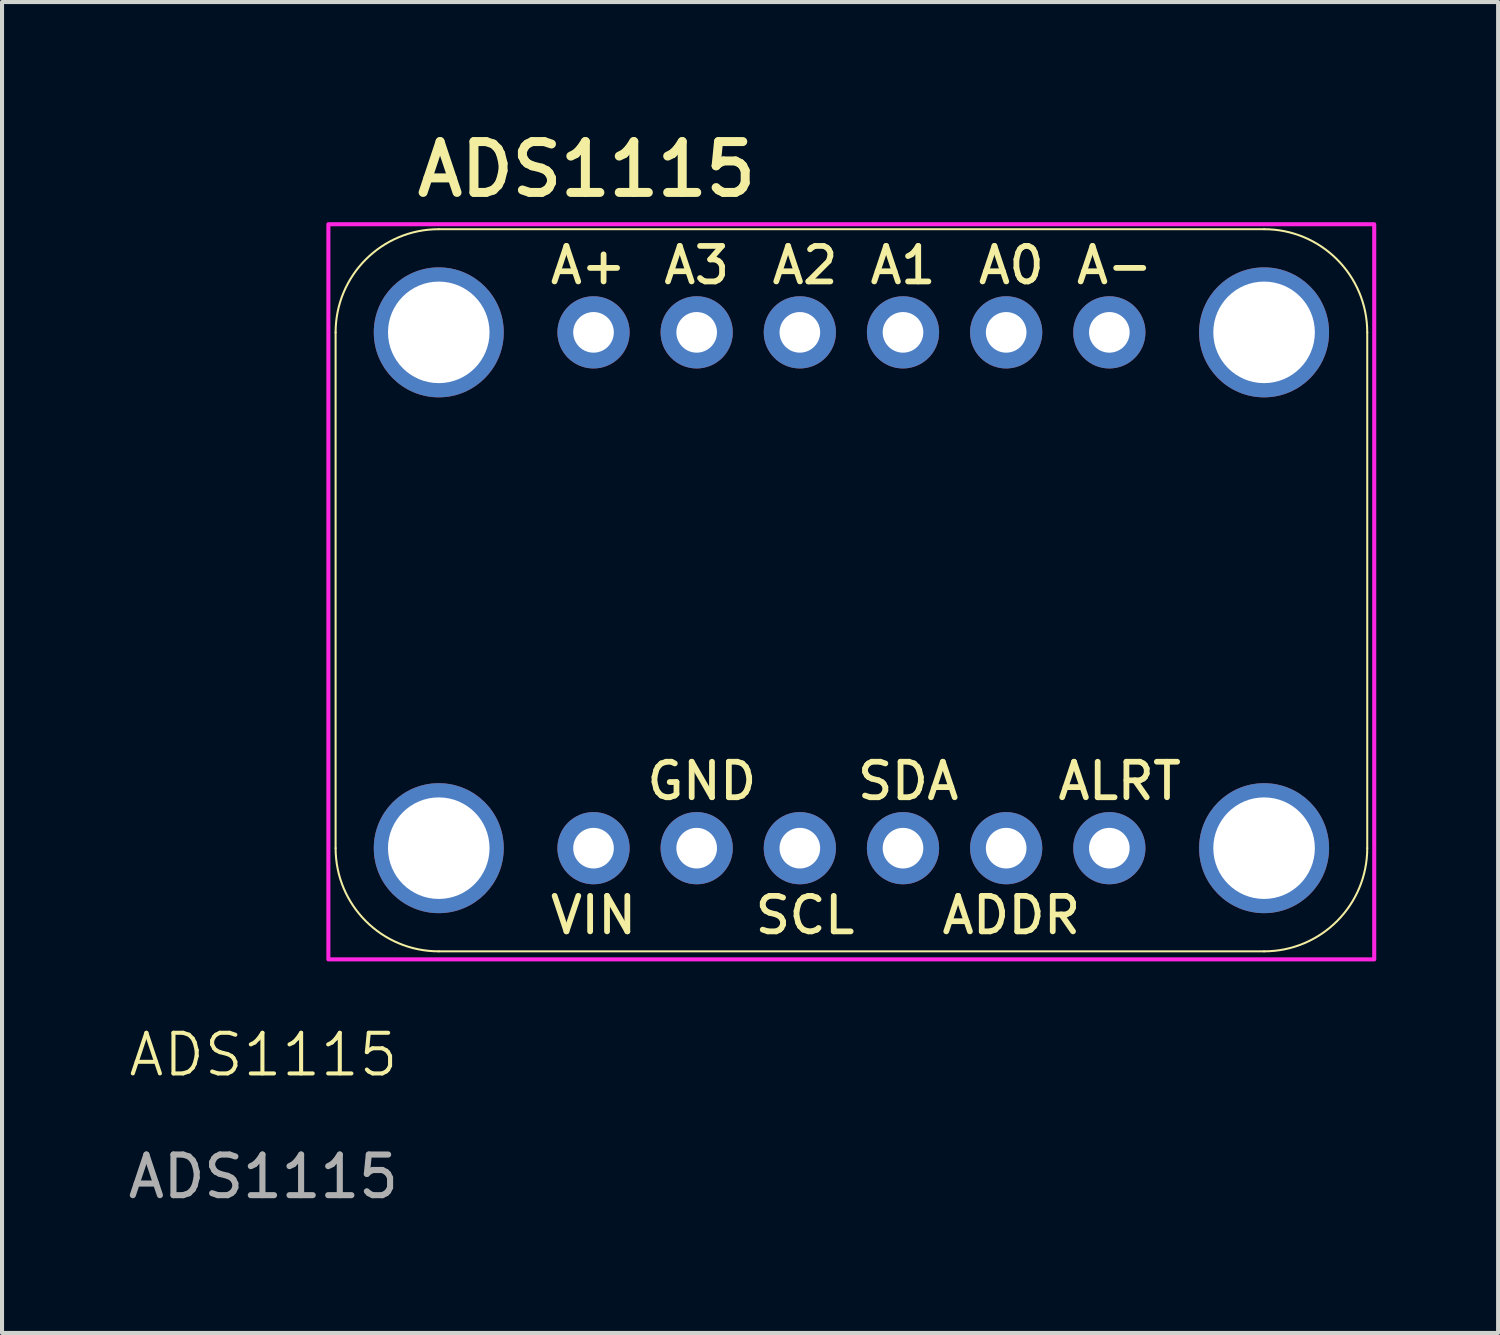
<source format=kicad_pcb>
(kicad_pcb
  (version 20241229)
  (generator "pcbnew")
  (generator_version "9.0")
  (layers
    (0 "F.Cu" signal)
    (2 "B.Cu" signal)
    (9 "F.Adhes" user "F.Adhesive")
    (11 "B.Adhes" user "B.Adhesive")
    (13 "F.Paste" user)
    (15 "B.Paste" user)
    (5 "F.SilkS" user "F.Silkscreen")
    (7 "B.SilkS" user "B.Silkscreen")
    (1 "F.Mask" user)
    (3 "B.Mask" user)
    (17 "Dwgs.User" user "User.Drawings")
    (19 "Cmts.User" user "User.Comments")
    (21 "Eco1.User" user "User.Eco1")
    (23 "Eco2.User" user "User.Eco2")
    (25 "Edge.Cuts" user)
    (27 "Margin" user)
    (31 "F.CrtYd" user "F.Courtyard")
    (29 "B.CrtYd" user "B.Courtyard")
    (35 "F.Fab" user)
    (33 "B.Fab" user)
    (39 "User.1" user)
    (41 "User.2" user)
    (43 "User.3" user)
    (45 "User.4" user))
  (footprint "ADS1115"
    (layer "F.Cu")
    (at 3.435 23.421)
    (property "Reference" "ADS1115" (at 0 -0.5 0) (unlocked yes) (layer "F.SilkS") (effects (font (size 1 1) (thickness 0.1))))
    (attr through_hole)
    (fp_line (start 1.778 -18.288) (end 1.778 -5.588) (stroke (width 0.05) (type solid)) (layer "F.SilkS"))
    (fp_line (start 4.318 -3.048) (end 24.638 -3.048) (stroke (width 0.05) (type solid)) (layer "F.SilkS"))
    (fp_line (start 24.638 -20.828) (end 4.318 -20.828) (stroke (width 0.05) (type solid)) (layer "F.SilkS"))
    (fp_line (start 27.178 -5.588) (end 27.178 -18.288) (stroke (width 0.05) (type solid)) (layer "F.SilkS"))
    (fp_arc (start 1.778 -18.288) (mid 2.521949 -20.084051) (end 4.318 -20.828) (stroke (width 0.05) (type solid)) (layer "F.SilkS"))
    (fp_arc (start 4.318 -3.048) (mid 2.521949 -3.791949) (end 1.778 -5.588) (stroke (width 0.05) (type solid)) (layer "F.SilkS"))
    (fp_arc (start 24.638 -20.828) (mid 26.434051 -20.084051) (end 27.178 -18.288) (stroke (width 0.05) (type solid)) (layer "F.SilkS"))
    (fp_arc (start 27.178 -5.588) (mid 26.434051 -3.791949) (end 24.638 -3.048) (stroke (width 0.05) (type solid)) (layer "F.SilkS"))
    (fp_rect (start 1.6 -20.95) (end 27.35 -2.85) (stroke (width 0.1) (type default)) (fill no) (layer "F.CrtYd"))
    (fp_poly (pts (xy 23.876 -17.526) (xy 24.384 -17.526) (xy 24.384 -18.034) (xy 23.876 -18.034)) (stroke (width 0.1) (type default)) (fill no) (layer "F.Fab"))
    (fp_poly (pts (xy 23.876 -17.526) (xy 24.384 -17.526) (xy 24.384 -18.034) (xy 23.876 -18.034)) (stroke (width 0.1) (type default)) (fill no) (layer "F.Fab"))
    (fp_text user "A-" (at 20.955 -19.939 0) (unlocked yes) (layer "F.SilkS") (effects (font (size 0.874 0.874) (thickness 0.142))))
    (fp_text user "SDA" (at 15.875 -7.239 0) (unlocked yes) (layer "F.SilkS") (effects (font (size 0.874 0.874) (thickness 0.142))))
    (fp_text user "A0" (at 18.415 -19.939 0) (unlocked yes) (layer "F.SilkS") (effects (font (size 0.874 0.874) (thickness 0.142))))
    (fp_text user "VIN" (at 8.128 -3.937 0) (unlocked yes) (layer "F.SilkS") (effects (font (size 0.874 0.874) (thickness 0.142))))
    (fp_text user "A3" (at 10.668 -19.939 0) (unlocked yes) (layer "F.SilkS") (effects (font (size 0.874 0.874) (thickness 0.142))))
    (fp_text user "SCL" (at 13.335 -3.937 0) (unlocked yes) (layer "F.SilkS") (effects (font (size 0.874 0.874) (thickness 0.142))))
    (fp_text user "A1" (at 15.748 -19.939 0) (unlocked yes) (layer "F.SilkS") (effects (font (size 0.874 0.874) (thickness 0.142))))
    (fp_text user "A2" (at 13.335 -19.939 0) (unlocked yes) (layer "F.SilkS") (effects (font (size 0.874 0.874) (thickness 0.142))))
    (fp_text user "GND" (at 10.795 -7.239 0) (unlocked yes) (layer "F.SilkS") (effects (font (size 0.874 0.874) (thickness 0.142))))
    (fp_text user "ADS1115" (at 7.957 -22.301 0) (unlocked yes) (layer "F.SilkS") (effects (font (size 1.252 1.252) (thickness 0.221))))
    (fp_text user "ADDR" (at 18.415 -3.937 0) (unlocked yes) (layer "F.SilkS") (effects (font (size 0.874 0.874) (thickness 0.142))))
    (fp_text user "ALRT" (at 21.082 -7.239 0) (unlocked yes) (layer "F.SilkS") (effects (font (size 0.874 0.874) (thickness 0.142))))
    (fp_text user "A+" (at 8.001 -19.939 0) (unlocked yes) (layer "F.SilkS") (effects (font (size 0.874 0.874) (thickness 0.142))))
    (fp_text user "${REFERENCE}" (at 0 2.5 0) (unlocked yes) (layer "F.Fab") (effects (font (size 1 1) (thickness 0.15))))
    (pad "1" thru_hole circle (at 8.128 -5.588 90) (size 1.778 1.778) (drill 1) (layers "*.Cu" "*.Mask"))
    (pad "2" thru_hole circle (at 10.668 -5.588 90) (size 1.778 1.778) (drill 1) (layers "*.Cu" "*.Mask"))
    (pad "3" thru_hole circle (at 13.208 -5.588 90) (size 1.778 1.778) (drill 1) (layers "*.Cu" "*.Mask"))
    (pad "4" thru_hole circle (at 15.748 -5.588 90) (size 1.778 1.778) (drill 1) (layers "*.Cu" "*.Mask"))
    (pad "5" thru_hole circle (at 18.288 -5.588 90) (size 1.778 1.778) (drill 1) (layers "*.Cu" "*.Mask"))
    (pad "6" thru_hole circle (at 20.828 -5.588 90) (size 1.778 1.778) (drill 1) (layers "*.Cu" "*.Mask"))
    (pad "7" thru_hole circle (at 8.128 -18.288 90) (size 1.778 1.778) (drill 1) (layers "*.Cu" "*.Mask"))
    (pad "8" thru_hole circle (at 10.668 -18.288 90) (size 1.778 1.778) (drill 1) (layers "*.Cu" "*.Mask"))
    (pad "9" thru_hole circle (at 13.208 -18.288 90) (size 1.778 1.778) (drill 1) (layers "*.Cu" "*.Mask"))
    (pad "10" thru_hole circle (at 15.748 -18.288 90) (size 1.778 1.778) (drill 1) (layers "*.Cu" "*.Mask"))
    (pad "11" thru_hole circle (at 18.288 -18.288 90) (size 1.778 1.778) (drill 1) (layers "*.Cu" "*.Mask"))
    (pad "12" thru_hole circle (at 20.828 -18.288 90) (size 1.778 1.778) (drill 1) (layers "*.Cu" "*.Mask"))
    (pad "P$1" thru_hole circle (at 4.318 -18.288) (size 3.2 3.2) (drill 2.5) (layers "*.Cu" "*.Mask"))
    (pad "P$1" thru_hole circle (at 4.318 -5.588) (size 3.2 3.2) (drill 2.5) (layers "*.Cu" "*.Mask"))
    (pad "P$1" thru_hole circle (at 24.638 -18.288) (size 3.2 3.2) (drill 2.5) (layers "*.Cu" "*.Mask"))
    (pad "P$1" thru_hole circle (at 24.638 -5.588) (size 3.2 3.2) (drill 2.5) (layers "*.Cu" "*.Mask"))
    (zone (net_name "") (layer "F.Cu") (hatch edge 0.5) (connect_pads) (min_thickness 0.25) (filled_areas_thickness no) (keepout (tracks not_allowed) (vias not_allowed) (pads not_allowed) (copperpour not_allowed) (footprints allowed)) (placement (enabled no)) (fill) (polygon (pts (xy 9.769 5.133) (xy 9.749 4.852) (xy 9.69 4.577) (xy 9.594 4.313) (xy 9.462 4.065) (xy 9.297 3.837) (xy 9.101 3.635) (xy 8.88 3.462) (xy 8.636 3.321) (xy 8.376 3.216) (xy 8.103 3.148) (xy 7.823 3.118) (xy 7.542 3.128) (xy 7.265 3.177) (xy 6.997 3.264) (xy 6.745 3.387) (xy 6.511 3.544) (xy 6.302 3.733) (xy 6.122 3.948) (xy 5.973 4.187) (xy 5.858 4.443) (xy 5.781 4.714) (xy 5.741 4.992) (xy 5.741 5.274) (xy 5.781 5.552) (xy 5.858 5.822) (xy 5.973 6.079) (xy 6.122 6.318) (xy 6.302 6.533) (xy 6.511 6.722) (xy 6.745 6.879) (xy 6.997 7.002) (xy 7.265 7.089) (xy 7.542 7.138) (xy 7.823 7.148) (xy 8.103 7.118) (xy 8.376 7.05) (xy 8.636 6.945) (xy 8.88 6.804) (xy 9.101 6.631) (xy 9.297 6.429) (xy 9.462 6.201) (xy 9.594 5.953) (xy 9.69 5.689) (xy 9.749 5.414))) (polygon (pts (xy 7.737 5.133) (xy 7.741 5.144) (xy 7.753 5.149) (xy 7.764 5.144) (xy 7.769 5.133) (xy 7.764 5.122) (xy 7.753 5.117) (xy 7.741 5.122))))
    (zone (net_name "") (layer "F.Cu") (hatch edge 0.5) (connect_pads) (min_thickness 0.25) (filled_areas_thickness no) (keepout (tracks not_allowed) (vias not_allowed) (pads not_allowed) (copperpour not_allowed) (footprints allowed)) (placement (enabled no)) (fill) (polygon (pts (xy 9.769 17.833) (xy 9.749 17.552) (xy 9.69 17.277) (xy 9.594 17.013) (xy 9.462 16.765) (xy 9.297 16.537) (xy 9.101 16.335) (xy 8.88 16.162) (xy 8.636 16.021) (xy 8.376 15.916) (xy 8.103 15.848) (xy 7.823 15.818) (xy 7.542 15.828) (xy 7.265 15.877) (xy 6.997 15.964) (xy 6.745 16.087) (xy 6.511 16.244) (xy 6.302 16.433) (xy 6.122 16.648) (xy 5.973 16.887) (xy 5.858 17.143) (xy 5.781 17.414) (xy 5.741 17.692) (xy 5.741 17.974) (xy 5.781 18.252) (xy 5.858 18.522) (xy 5.973 18.779) (xy 6.122 19.018) (xy 6.302 19.233) (xy 6.511 19.422) (xy 6.745 19.579) (xy 6.997 19.702) (xy 7.265 19.789) (xy 7.542 19.838) (xy 7.823 19.848) (xy 8.103 19.818) (xy 8.376 19.75) (xy 8.636 19.645) (xy 8.88 19.504) (xy 9.101 19.331) (xy 9.297 19.129) (xy 9.462 18.901) (xy 9.594 18.653) (xy 9.69 18.389) (xy 9.749 18.114))) (polygon (pts (xy 7.737 17.833) (xy 7.741 17.844) (xy 7.753 17.849) (xy 7.764 17.844) (xy 7.769 17.833) (xy 7.764 17.822) (xy 7.753 17.817) (xy 7.741 17.822))))
    (zone (net_name "") (layer "F.Cu") (hatch edge 0.5) (connect_pads) (min_thickness 0.25) (filled_areas_thickness no) (keepout (tracks not_allowed) (vias not_allowed) (pads not_allowed) (copperpour not_allowed) (footprints allowed)) (placement (enabled no)) (fill) (polygon (pts (xy 30.089 5.133) (xy 30.069 4.852) (xy 30.01 4.577) (xy 29.914 4.313) (xy 29.782 4.065) (xy 29.617 3.837) (xy 29.421 3.635) (xy 29.2 3.462) (xy 28.956 3.321) (xy 28.696 3.216) (xy 28.423 3.148) (xy 28.143 3.118) (xy 27.862 3.128) (xy 27.585 3.177) (xy 27.317 3.264) (xy 27.065 3.387) (xy 26.831 3.544) (xy 26.622 3.733) (xy 26.442 3.948) (xy 26.293 4.187) (xy 26.178 4.443) (xy 26.101 4.714) (xy 26.061 4.992) (xy 26.061 5.274) (xy 26.101 5.552) (xy 26.178 5.822) (xy 26.293 6.079) (xy 26.442 6.318) (xy 26.622 6.533) (xy 26.831 6.722) (xy 27.065 6.879) (xy 27.317 7.002) (xy 27.585 7.089) (xy 27.862 7.138) (xy 28.143 7.148) (xy 28.423 7.118) (xy 28.696 7.05) (xy 28.956 6.945) (xy 29.2 6.804) (xy 29.421 6.631) (xy 29.617 6.429) (xy 29.782 6.201) (xy 29.914 5.953) (xy 30.01 5.689) (xy 30.069 5.414))) (polygon (pts (xy 28.057 5.133) (xy 28.061 5.144) (xy 28.073 5.149) (xy 28.084 5.144) (xy 28.089 5.133) (xy 28.084 5.122) (xy 28.073 5.117) (xy 28.061 5.122))))
    (zone (net_name "") (layer "F.Cu") (hatch edge 0.5) (connect_pads) (min_thickness 0.25) (filled_areas_thickness no) (keepout (tracks not_allowed) (vias not_allowed) (pads not_allowed) (copperpour not_allowed) (footprints allowed)) (placement (enabled no)) (fill) (polygon (pts (xy 30.089 17.833) (xy 30.069 17.552) (xy 30.01 17.277) (xy 29.914 17.013) (xy 29.782 16.765) (xy 29.617 16.537) (xy 29.421 16.335) (xy 29.2 16.162) (xy 28.956 16.021) (xy 28.696 15.916) (xy 28.423 15.848) (xy 28.143 15.818) (xy 27.862 15.828) (xy 27.585 15.877) (xy 27.317 15.964) (xy 27.065 16.087) (xy 26.831 16.244) (xy 26.622 16.433) (xy 26.442 16.648) (xy 26.293 16.887) (xy 26.178 17.143) (xy 26.101 17.414) (xy 26.061 17.692) (xy 26.061 17.974) (xy 26.101 18.252) (xy 26.178 18.522) (xy 26.293 18.779) (xy 26.442 19.018) (xy 26.622 19.233) (xy 26.831 19.422) (xy 27.065 19.579) (xy 27.317 19.702) (xy 27.585 19.789) (xy 27.862 19.838) (xy 28.143 19.848) (xy 28.423 19.818) (xy 28.696 19.75) (xy 28.956 19.645) (xy 29.2 19.504) (xy 29.421 19.331) (xy 29.617 19.129) (xy 29.782 18.901) (xy 29.914 18.653) (xy 30.01 18.389) (xy 30.069 18.114))) (polygon (pts (xy 28.057 17.833) (xy 28.061 17.844) (xy 28.073 17.849) (xy 28.084 17.844) (xy 28.089 17.833) (xy 28.084 17.822) (xy 28.073 17.817) (xy 28.061 17.822))))
    (zone (net_name "") (layer "B.Cu") (hatch edge 0.5) (connect_pads) (min_thickness 0.25) (filled_areas_thickness no) (keepout (tracks not_allowed) (vias not_allowed) (pads not_allowed) (copperpour not_allowed) (footprints allowed)) (placement (enabled no)) (fill) (polygon (pts (xy 9.769 5.133) (xy 9.749 4.852) (xy 9.69 4.577) (xy 9.594 4.313) (xy 9.462 4.065) (xy 9.297 3.837) (xy 9.101 3.635) (xy 8.88 3.462) (xy 8.636 3.321) (xy 8.376 3.216) (xy 8.103 3.148) (xy 7.823 3.118) (xy 7.542 3.128) (xy 7.265 3.177) (xy 6.997 3.264) (xy 6.745 3.387) (xy 6.511 3.544) (xy 6.302 3.733) (xy 6.122 3.948) (xy 5.973 4.187) (xy 5.858 4.443) (xy 5.781 4.714) (xy 5.741 4.992) (xy 5.741 5.274) (xy 5.781 5.552) (xy 5.858 5.822) (xy 5.973 6.079) (xy 6.122 6.318) (xy 6.302 6.533) (xy 6.511 6.722) (xy 6.745 6.879) (xy 6.997 7.002) (xy 7.265 7.089) (xy 7.542 7.138) (xy 7.823 7.148) (xy 8.103 7.118) (xy 8.376 7.05) (xy 8.636 6.945) (xy 8.88 6.804) (xy 9.101 6.631) (xy 9.297 6.429) (xy 9.462 6.201) (xy 9.594 5.953) (xy 9.69 5.689) (xy 9.749 5.414))) (polygon (pts (xy 7.737 5.133) (xy 7.741 5.144) (xy 7.753 5.149) (xy 7.764 5.144) (xy 7.769 5.133) (xy 7.764 5.122) (xy 7.753 5.117) (xy 7.741 5.122))))
    (zone (net_name "") (layer "B.Cu") (hatch edge 0.5) (connect_pads) (min_thickness 0.25) (filled_areas_thickness no) (keepout (tracks not_allowed) (vias not_allowed) (pads not_allowed) (copperpour not_allowed) (footprints allowed)) (placement (enabled no)) (fill) (polygon (pts (xy 9.769 17.833) (xy 9.749 17.552) (xy 9.69 17.277) (xy 9.594 17.013) (xy 9.462 16.765) (xy 9.297 16.537) (xy 9.101 16.335) (xy 8.88 16.162) (xy 8.636 16.021) (xy 8.376 15.916) (xy 8.103 15.848) (xy 7.823 15.818) (xy 7.542 15.828) (xy 7.265 15.877) (xy 6.997 15.964) (xy 6.745 16.087) (xy 6.511 16.244) (xy 6.302 16.433) (xy 6.122 16.648) (xy 5.973 16.887) (xy 5.858 17.143) (xy 5.781 17.414) (xy 5.741 17.692) (xy 5.741 17.974) (xy 5.781 18.252) (xy 5.858 18.522) (xy 5.973 18.779) (xy 6.122 19.018) (xy 6.302 19.233) (xy 6.511 19.422) (xy 6.745 19.579) (xy 6.997 19.702) (xy 7.265 19.789) (xy 7.542 19.838) (xy 7.823 19.848) (xy 8.103 19.818) (xy 8.376 19.75) (xy 8.636 19.645) (xy 8.88 19.504) (xy 9.101 19.331) (xy 9.297 19.129) (xy 9.462 18.901) (xy 9.594 18.653) (xy 9.69 18.389) (xy 9.749 18.114))) (polygon (pts (xy 7.737 17.833) (xy 7.741 17.844) (xy 7.753 17.849) (xy 7.764 17.844) (xy 7.769 17.833) (xy 7.764 17.822) (xy 7.753 17.817) (xy 7.741 17.822))))
    (zone (net_name "") (layer "B.Cu") (hatch edge 0.5) (connect_pads) (min_thickness 0.25) (filled_areas_thickness no) (keepout (tracks not_allowed) (vias not_allowed) (pads not_allowed) (copperpour not_allowed) (footprints allowed)) (placement (enabled no)) (fill) (polygon (pts (xy 30.089 5.133) (xy 30.069 4.852) (xy 30.01 4.577) (xy 29.914 4.313) (xy 29.782 4.065) (xy 29.617 3.837) (xy 29.421 3.635) (xy 29.2 3.462) (xy 28.956 3.321) (xy 28.696 3.216) (xy 28.423 3.148) (xy 28.143 3.118) (xy 27.862 3.128) (xy 27.585 3.177) (xy 27.317 3.264) (xy 27.065 3.387) (xy 26.831 3.544) (xy 26.622 3.733) (xy 26.442 3.948) (xy 26.293 4.187) (xy 26.178 4.443) (xy 26.101 4.714) (xy 26.061 4.992) (xy 26.061 5.274) (xy 26.101 5.552) (xy 26.178 5.822) (xy 26.293 6.079) (xy 26.442 6.318) (xy 26.622 6.533) (xy 26.831 6.722) (xy 27.065 6.879) (xy 27.317 7.002) (xy 27.585 7.089) (xy 27.862 7.138) (xy 28.143 7.148) (xy 28.423 7.118) (xy 28.696 7.05) (xy 28.956 6.945) (xy 29.2 6.804) (xy 29.421 6.631) (xy 29.617 6.429) (xy 29.782 6.201) (xy 29.914 5.953) (xy 30.01 5.689) (xy 30.069 5.414))) (polygon (pts (xy 28.057 5.133) (xy 28.061 5.144) (xy 28.073 5.149) (xy 28.084 5.144) (xy 28.089 5.133) (xy 28.084 5.122) (xy 28.073 5.117) (xy 28.061 5.122))))
    (zone (net_name "") (layer "B.Cu") (hatch edge 0.5) (connect_pads) (min_thickness 0.25) (filled_areas_thickness no) (keepout (tracks not_allowed) (vias not_allowed) (pads not_allowed) (copperpour not_allowed) (footprints allowed)) (placement (enabled no)) (fill) (polygon (pts (xy 30.089 17.833) (xy 30.069 17.552) (xy 30.01 17.277) (xy 29.914 17.013) (xy 29.782 16.765) (xy 29.617 16.537) (xy 29.421 16.335) (xy 29.2 16.162) (xy 28.956 16.021) (xy 28.696 15.916) (xy 28.423 15.848) (xy 28.143 15.818) (xy 27.862 15.828) (xy 27.585 15.877) (xy 27.317 15.964) (xy 27.065 16.087) (xy 26.831 16.244) (xy 26.622 16.433) (xy 26.442 16.648) (xy 26.293 16.887) (xy 26.178 17.143) (xy 26.101 17.414) (xy 26.061 17.692) (xy 26.061 17.974) (xy 26.101 18.252) (xy 26.178 18.522) (xy 26.293 18.779) (xy 26.442 19.018) (xy 26.622 19.233) (xy 26.831 19.422) (xy 27.065 19.579) (xy 27.317 19.702) (xy 27.585 19.789) (xy 27.862 19.838) (xy 28.143 19.848) (xy 28.423 19.818) (xy 28.696 19.75) (xy 28.956 19.645) (xy 29.2 19.504) (xy 29.421 19.331) (xy 29.617 19.129) (xy 29.782 18.901) (xy 29.914 18.653) (xy 30.01 18.389) (xy 30.069 18.114))) (polygon (pts (xy 28.057 17.833) (xy 28.061 17.844) (xy 28.073 17.849) (xy 28.084 17.844) (xy 28.089 17.833) (xy 28.084 17.822) (xy 28.073 17.817) (xy 28.061 17.822)))))
  (gr_rect
    (start -3 -3)
    (end 33.835 29.769)
    (stroke (width 0.1) (type default))
    (fill no)
    (layer "Edge.Cuts")))
</source>
